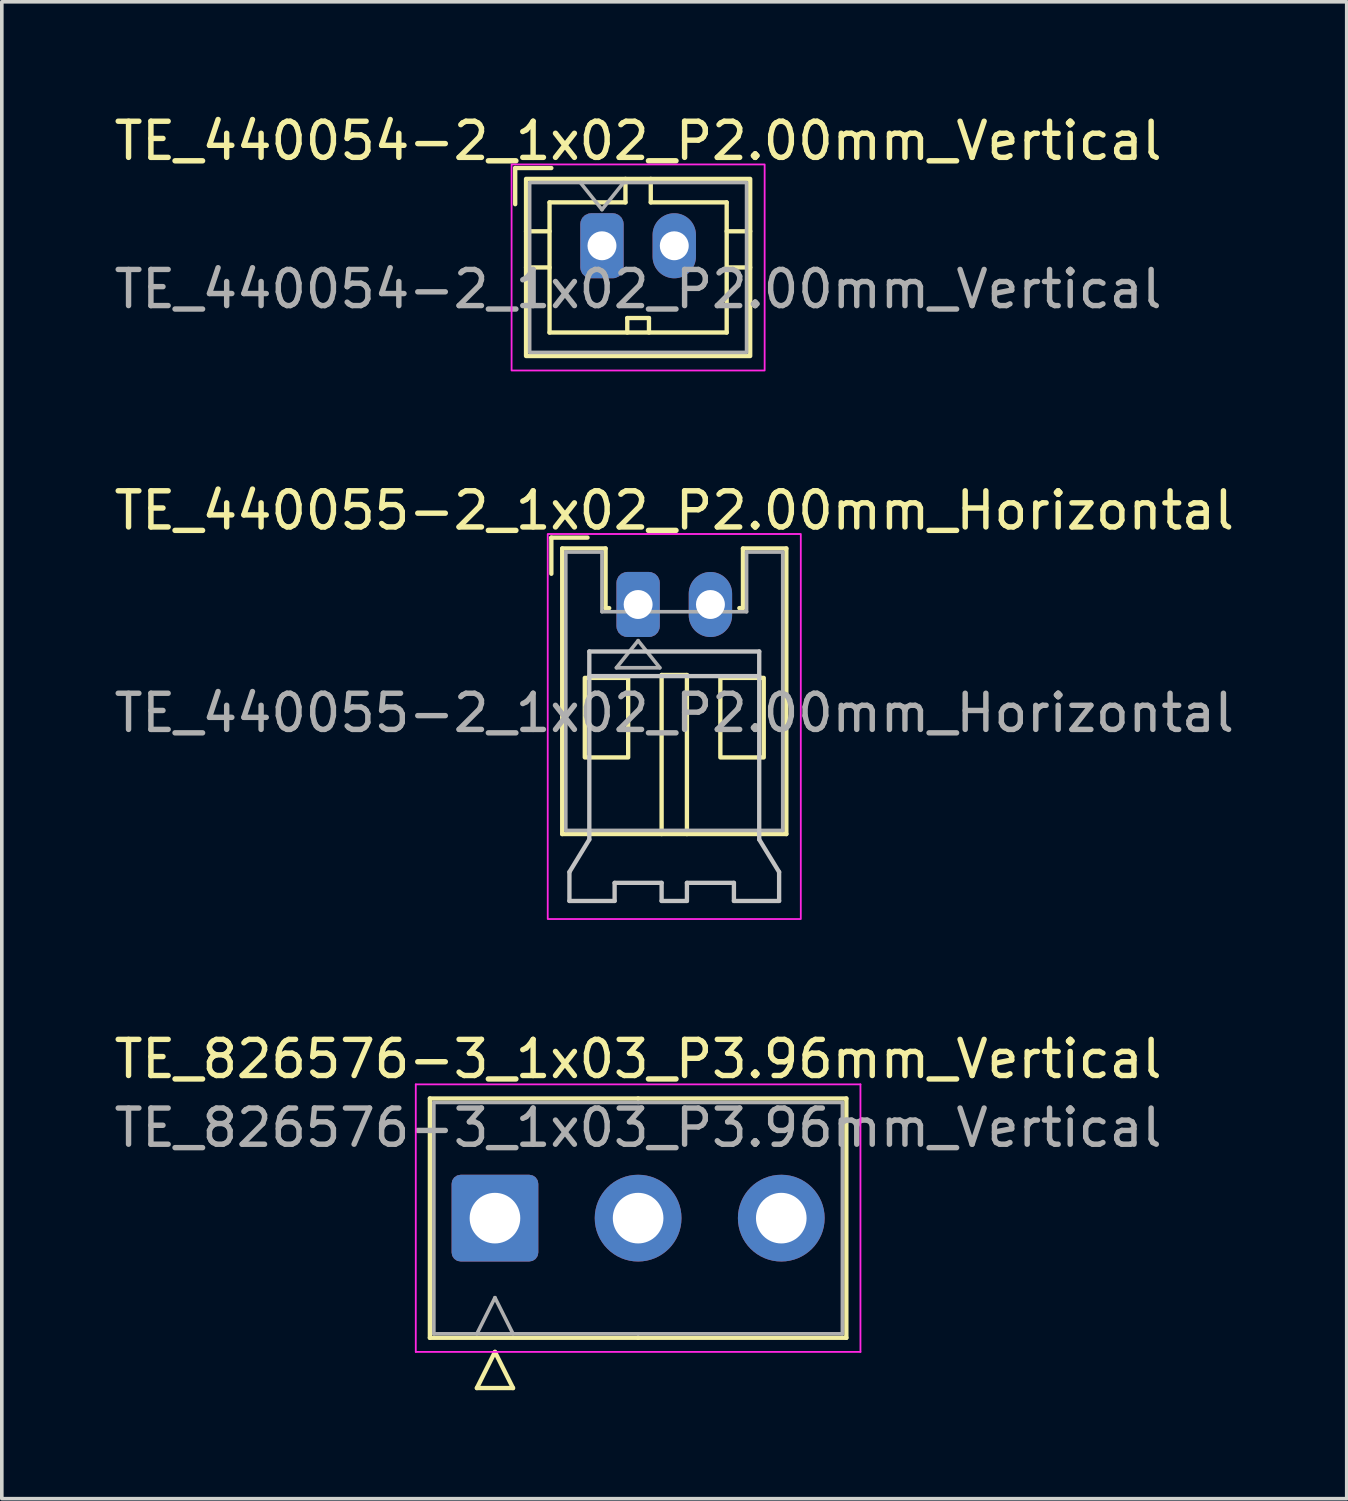
<source format=kicad_pcb>
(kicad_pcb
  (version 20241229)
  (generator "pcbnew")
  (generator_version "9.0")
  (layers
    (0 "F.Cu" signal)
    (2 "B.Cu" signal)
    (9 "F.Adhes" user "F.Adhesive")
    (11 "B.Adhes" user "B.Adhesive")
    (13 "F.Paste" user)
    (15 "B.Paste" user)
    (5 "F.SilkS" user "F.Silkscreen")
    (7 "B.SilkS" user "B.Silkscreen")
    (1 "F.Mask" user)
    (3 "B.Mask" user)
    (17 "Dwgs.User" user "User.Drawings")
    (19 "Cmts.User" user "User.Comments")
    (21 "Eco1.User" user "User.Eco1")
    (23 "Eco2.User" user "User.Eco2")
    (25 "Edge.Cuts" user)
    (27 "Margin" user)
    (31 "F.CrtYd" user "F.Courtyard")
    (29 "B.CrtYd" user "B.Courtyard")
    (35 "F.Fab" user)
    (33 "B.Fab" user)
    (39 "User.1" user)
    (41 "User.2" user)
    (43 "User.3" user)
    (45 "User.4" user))
  (footprint "TE_826576-3_1x03_P3.96mm_Vertical"
    (layer "F.Cu")
    (at 10.641 30.645)
    (property "Reference" "TE_826576-3_1x03_P3.96mm_Vertical" (at 3.96 -4.4 0) (layer "F.SilkS") (effects (font (size 1 1) (thickness 0.15))))
    (attr through_hole)
    (fp_line (start -1.8 -3.31) (end -1.8 3.31) (stroke (width 0.12) (type solid)) (layer "F.SilkS"))
    (fp_line (start -1.8 3.31) (end 3.96 3.31) (stroke (width 0.12) (type solid)) (layer "F.SilkS"))
    (fp_line (start -0.5 4.7) (end 0 3.7) (stroke (width 0.12) (type solid)) (layer "F.SilkS"))
    (fp_line (start 0 3.7) (end 0.5 4.7) (stroke (width 0.12) (type solid)) (layer "F.SilkS"))
    (fp_line (start 0.5 4.7) (end -0.5 4.7) (stroke (width 0.12) (type solid)) (layer "F.SilkS"))
    (fp_line (start 3.96 -3.31) (end -1.8 -3.31) (stroke (width 0.12) (type solid)) (layer "F.SilkS"))
    (fp_line (start 3.96 -3.31) (end 9.72 -3.31) (stroke (width 0.12) (type solid)) (layer "F.SilkS"))
    (fp_line (start 9.72 -3.31) (end 9.72 3.31) (stroke (width 0.12) (type solid)) (layer "F.SilkS"))
    (fp_line (start 9.72 3.31) (end 3.96 3.31) (stroke (width 0.12) (type solid)) (layer "F.SilkS"))
    (fp_line (start -2.19 -3.7) (end -2.19 3.7) (stroke (width 0.05) (type solid)) (layer "F.CrtYd"))
    (fp_line (start -2.19 3.7) (end 10.11 3.7) (stroke (width 0.05) (type solid)) (layer "F.CrtYd"))
    (fp_line (start 10.11 -3.7) (end -2.19 -3.7) (stroke (width 0.05) (type solid)) (layer "F.CrtYd"))
    (fp_line (start 10.11 3.7) (end 10.11 -3.7) (stroke (width 0.05) (type solid)) (layer "F.CrtYd"))
    (fp_line (start -1.69 -3.2) (end -1.69 3.2) (stroke (width 0.1) (type solid)) (layer "F.Fab"))
    (fp_line (start -1.69 3.2) (end 3.96 3.2) (stroke (width 0.1) (type solid)) (layer "F.Fab"))
    (fp_line (start -0.5 3.2) (end 0 2.2) (stroke (width 0.1) (type solid)) (layer "F.Fab"))
    (fp_line (start 0 2.2) (end 0.5 3.2) (stroke (width 0.1) (type solid)) (layer "F.Fab"))
    (fp_line (start 3.96 -3.2) (end -1.69 -3.2) (stroke (width 0.1) (type solid)) (layer "F.Fab"))
    (fp_line (start 3.96 -3.2) (end 9.61 -3.2) (stroke (width 0.1) (type solid)) (layer "F.Fab"))
    (fp_line (start 9.61 -3.2) (end 9.61 3.2) (stroke (width 0.1) (type solid)) (layer "F.Fab"))
    (fp_line (start 9.61 3.2) (end 3.96 3.2) (stroke (width 0.1) (type solid)) (layer "F.Fab"))
    (fp_text user "${REFERENCE}" (at 3.96 -2.5 0) (layer "F.Fab") (effects (font (size 1 1) (thickness 0.15))))
    (pad "1" thru_hole roundrect (at 0 0) (size 2.4 2.4) (drill 1.4) (layers "*.Cu" "*.Mask") (roundrect_rratio 0.104))
    (pad "2" thru_hole circle (at 3.96 0) (size 2.4 2.4) (drill 1.4) (layers "*.Cu" "*.Mask"))
    (pad "3" thru_hole circle (at 7.92 0) (size 2.4 2.4) (drill 1.4) (layers "*.Cu" "*.Mask")))
  (footprint "TE_440054-2_1x02_P2.00mm_Vertical"
    (layer "F.Cu")
    (at 13.601 3.748)
    (property "Reference" "TE_440054-2_1x02_P2.00mm_Vertical" (at 1 -2.9 0) (unlocked yes) (layer "F.SilkS") (effects (font (size 1 1) (thickness 0.15))))
    (attr through_hole)
    (fp_line (start -2.4 -2.15) (end -2.4 -1.15) (stroke (width 0.12) (type solid)) (layer "F.SilkS"))
    (fp_line (start -2.4 -2.15) (end -1.4 -2.15) (stroke (width 0.12) (type solid)) (layer "F.SilkS"))
    (fp_line (start -2.1 -0.4) (end -1.45 -0.4) (stroke (width 0.12) (type solid)) (layer "F.SilkS"))
    (fp_line (start -2.1 0.6) (end -1.45 0.6) (stroke (width 0.12) (type solid)) (layer "F.SilkS"))
    (fp_line (start -1.45 -1.2) (end 0.65 -1.2) (stroke (width 0.12) (type solid)) (layer "F.SilkS"))
    (fp_line (start -1.45 2.4) (end -1.45 -1.2) (stroke (width 0.12) (type solid)) (layer "F.SilkS"))
    (fp_line (start 0.65 -1.85) (end 0.65 -1.2) (stroke (width 0.12) (type solid)) (layer "F.SilkS"))
    (fp_line (start 0.7 2) (end 1.3 2) (stroke (width 0.12) (type solid)) (layer "F.SilkS"))
    (fp_line (start 0.7 2.4) (end 0.7 2) (stroke (width 0.12) (type solid)) (layer "F.SilkS"))
    (fp_line (start 1.3 2) (end 1.3 2.4) (stroke (width 0.12) (type solid)) (layer "F.SilkS"))
    (fp_line (start 1.35 -1.85) (end 1.35 -1.2) (stroke (width 0.12) (type solid)) (layer "F.SilkS"))
    (fp_line (start 3.45 -1.2) (end 1.35 -1.2) (stroke (width 0.12) (type solid)) (layer "F.SilkS"))
    (fp_line (start 3.45 -1.2) (end 3.45 2.4) (stroke (width 0.12) (type solid)) (layer "F.SilkS"))
    (fp_line (start 3.45 -0.4) (end 4.1 -0.4) (stroke (width 0.12) (type solid)) (layer "F.SilkS"))
    (fp_line (start 3.45 0.6) (end 4.1 0.6) (stroke (width 0.12) (type solid)) (layer "F.SilkS"))
    (fp_line (start 3.45 2.4) (end -1.45 2.4) (stroke (width 0.12) (type solid)) (layer "F.SilkS"))
    (fp_rect (start -2.1 -1.85) (end 4.1 3.05) (stroke (width 0.12) (type solid)) (fill no) (layer "F.SilkS"))
    (fp_rect (start -2.5 -2.25) (end 4.5 3.45) (stroke (width 0.05) (type solid)) (fill no) (layer "F.CrtYd"))
    (fp_line (start 0 -1) (end -0.6 -1.75) (stroke (width 0.1) (type solid)) (layer "F.Fab"))
    (fp_line (start 0.6 -1.75) (end 0 -1) (stroke (width 0.1) (type solid)) (layer "F.Fab"))
    (fp_rect (start -2 -1.75) (end 4 2.95) (stroke (width 0.1) (type solid)) (fill no) (layer "F.Fab"))
    (fp_text user "${REFERENCE}" (at 1 1.2 0) (unlocked yes) (layer "F.Fab") (effects (font (size 1 1) (thickness 0.15))))
    (pad "1" thru_hole roundrect (at 0 0) (size 1.2 1.8) (drill 0.8) (layers "*.Cu" "*.Mask") (roundrect_rratio 0.25))
    (pad "2" thru_hole oval (at 2 0) (size 1.2 1.8) (drill 0.8) (layers "*.Cu" "*.Mask")))
  (footprint "TE_440055-2_1x02_P2.00mm_Horizontal"
    (layer "F.Cu")
    (at 14.601 13.671)
    (property "Reference" "TE_440055-2_1x02_P2.00mm_Horizontal" (at 1 -2.6 0) (unlocked yes) (layer "F.SilkS") (effects (font (size 1 1) (thickness 0.15))))
    (attr through_hole)
    (fp_line (start -2.4 -1.85) (end -2.4 -0.85) (stroke (width 0.12) (type solid)) (layer "F.SilkS"))
    (fp_line (start -2.4 -1.85) (end -1.4 -1.85) (stroke (width 0.12) (type solid)) (layer "F.SilkS"))
    (fp_line (start -2.1 -1.55) (end -2.1 6.35) (stroke (width 0.12) (type solid)) (layer "F.SilkS"))
    (fp_line (start -2.1 6.35) (end 4.1 6.35) (stroke (width 0.12) (type solid)) (layer "F.SilkS"))
    (fp_line (start -0.9 -1.55) (end -2.1 -1.55) (stroke (width 0.12) (type solid)) (layer "F.SilkS"))
    (fp_line (start -0.9 0.1) (end -0.9 -1.55) (stroke (width 0.12) (type solid)) (layer "F.SilkS"))
    (fp_line (start -0.8 0.1) (end -0.9 0.1) (stroke (width 0.12) (type solid)) (layer "F.SilkS"))
    (fp_line (start 0.65 1.95) (end 0.65 6.35) (stroke (width 0.12) (type solid)) (layer "F.SilkS"))
    (fp_line (start 0.65 1.95) (end 1.35 1.95) (stroke (width 0.12) (type solid)) (layer "F.SilkS"))
    (fp_line (start 1.35 1.95) (end 1.35 6.35) (stroke (width 0.12) (type solid)) (layer "F.SilkS"))
    (fp_line (start 2.9 -1.55) (end 2.9 0.1) (stroke (width 0.12) (type solid)) (layer "F.SilkS"))
    (fp_line (start 2.9 0.1) (end 2.8 0.1) (stroke (width 0.12) (type solid)) (layer "F.SilkS"))
    (fp_line (start 4.1 -1.55) (end 2.9 -1.55) (stroke (width 0.12) (type solid)) (layer "F.SilkS"))
    (fp_line (start 4.1 6.35) (end 4.1 -1.55) (stroke (width 0.12) (type solid)) (layer "F.SilkS"))
    (fp_rect (start -1.475 2.03) (end -0.275 4.23) (stroke (width 0.12) (type solid)) (fill no) (layer "F.SilkS"))
    (fp_rect (start 2.275 2.03) (end 3.475 4.23) (stroke (width 0.12) (type solid)) (fill no) (layer "F.SilkS"))
    (fp_line (start -1.9 7.4) (end -1.9 8.2) (stroke (width 0.12) (type solid)) (layer "Dwgs.User"))
    (fp_line (start -1.9 8.2) (end -0.65 8.2) (stroke (width 0.12) (type solid)) (layer "Dwgs.User"))
    (fp_line (start -1.35 1.3) (end 3.35 1.3) (stroke (width 0.12) (type solid)) (layer "Dwgs.User"))
    (fp_line (start -1.35 1.98) (end 3.35 1.98) (stroke (width 0.12) (type solid)) (layer "Dwgs.User"))
    (fp_line (start -1.35 6.5) (end -1.9 7.4) (stroke (width 0.12) (type solid)) (layer "Dwgs.User"))
    (fp_line (start -1.35 6.5) (end -1.35 1.3) (stroke (width 0.12) (type solid)) (layer "Dwgs.User"))
    (fp_line (start -0.65 8.2) (end -0.65 7.7) (stroke (width 0.12) (type solid)) (layer "Dwgs.User"))
    (fp_line (start 0.65 7.7) (end -0.65 7.7) (stroke (width 0.12) (type solid)) (layer "Dwgs.User"))
    (fp_line (start 0.65 7.7) (end 0.65 8.2) (stroke (width 0.12) (type solid)) (layer "Dwgs.User"))
    (fp_line (start 0.65 8.2) (end 1.35 8.2) (stroke (width 0.12) (type solid)) (layer "Dwgs.User"))
    (fp_line (start 1.35 7.7) (end 1.35 8.2) (stroke (width 0.12) (type solid)) (layer "Dwgs.User"))
    (fp_line (start 2.65 7.7) (end 1.35 7.7) (stroke (width 0.12) (type solid)) (layer "Dwgs.User"))
    (fp_line (start 2.65 7.7) (end 2.65 8.2) (stroke (width 0.12) (type solid)) (layer "Dwgs.User"))
    (fp_line (start 2.65 8.2) (end 3.9 8.2) (stroke (width 0.12) (type solid)) (layer "Dwgs.User"))
    (fp_line (start 3.35 6.5) (end 3.35 1.3) (stroke (width 0.12) (type solid)) (layer "Dwgs.User"))
    (fp_line (start 3.35 6.5) (end 3.9 7.4) (stroke (width 0.12) (type solid)) (layer "Dwgs.User"))
    (fp_line (start 3.9 7.4) (end 3.9 8.2) (stroke (width 0.12) (type solid)) (layer "Dwgs.User"))
    (fp_rect (start -2.5 -1.95) (end 4.5 8.7) (stroke (width 0.05) (type solid)) (fill no) (layer "F.CrtYd"))
    (fp_line (start -2 -1.45) (end -2 6.25) (stroke (width 0.1) (type solid)) (layer "F.Fab"))
    (fp_line (start -2 -1.45) (end -1 -1.45) (stroke (width 0.1) (type solid)) (layer "F.Fab"))
    (fp_line (start -1 0.2) (end -1 -1.45) (stroke (width 0.1) (type solid)) (layer "F.Fab"))
    (fp_line (start -1 0.2) (end 3 0.2) (stroke (width 0.1) (type solid)) (layer "F.Fab"))
    (fp_line (start -0.6 1.75) (end 0 1) (stroke (width 0.1) (type solid)) (layer "F.Fab"))
    (fp_line (start -0.6 1.75) (end 0.6 1.75) (stroke (width 0.1) (type solid)) (layer "F.Fab"))
    (fp_line (start 0 1) (end 0.6 1.75) (stroke (width 0.1) (type solid)) (layer "F.Fab"))
    (fp_line (start 3 -1.45) (end 3 0.2) (stroke (width 0.1) (type solid)) (layer "F.Fab"))
    (fp_line (start 3 -1.45) (end 4 -1.45) (stroke (width 0.1) (type solid)) (layer "F.Fab"))
    (fp_line (start 4 6.25) (end -2 6.25) (stroke (width 0.1) (type solid)) (layer "F.Fab"))
    (fp_line (start 4 6.25) (end 4 -1.45) (stroke (width 0.1) (type solid)) (layer "F.Fab"))
    (fp_text user "${REFERENCE}" (at 1 3 0) (unlocked yes) (layer "F.Fab") (effects (font (size 1 1) (thickness 0.15))))
    (pad "1" thru_hole roundrect (at 0 0) (size 1.2 1.8) (drill 0.8) (layers "*.Cu" "*.Mask") (roundrect_rratio 0.25))
    (pad "2" thru_hole oval (at 2 0) (size 1.2 1.8) (drill 0.8) (layers "*.Cu" "*.Mask")))
  (gr_rect
    (start -3 -3)
    (end 34.202 38.405)
    (stroke (width 0.1) (type default))
    (fill no)
    (layer "Edge.Cuts")))
</source>
